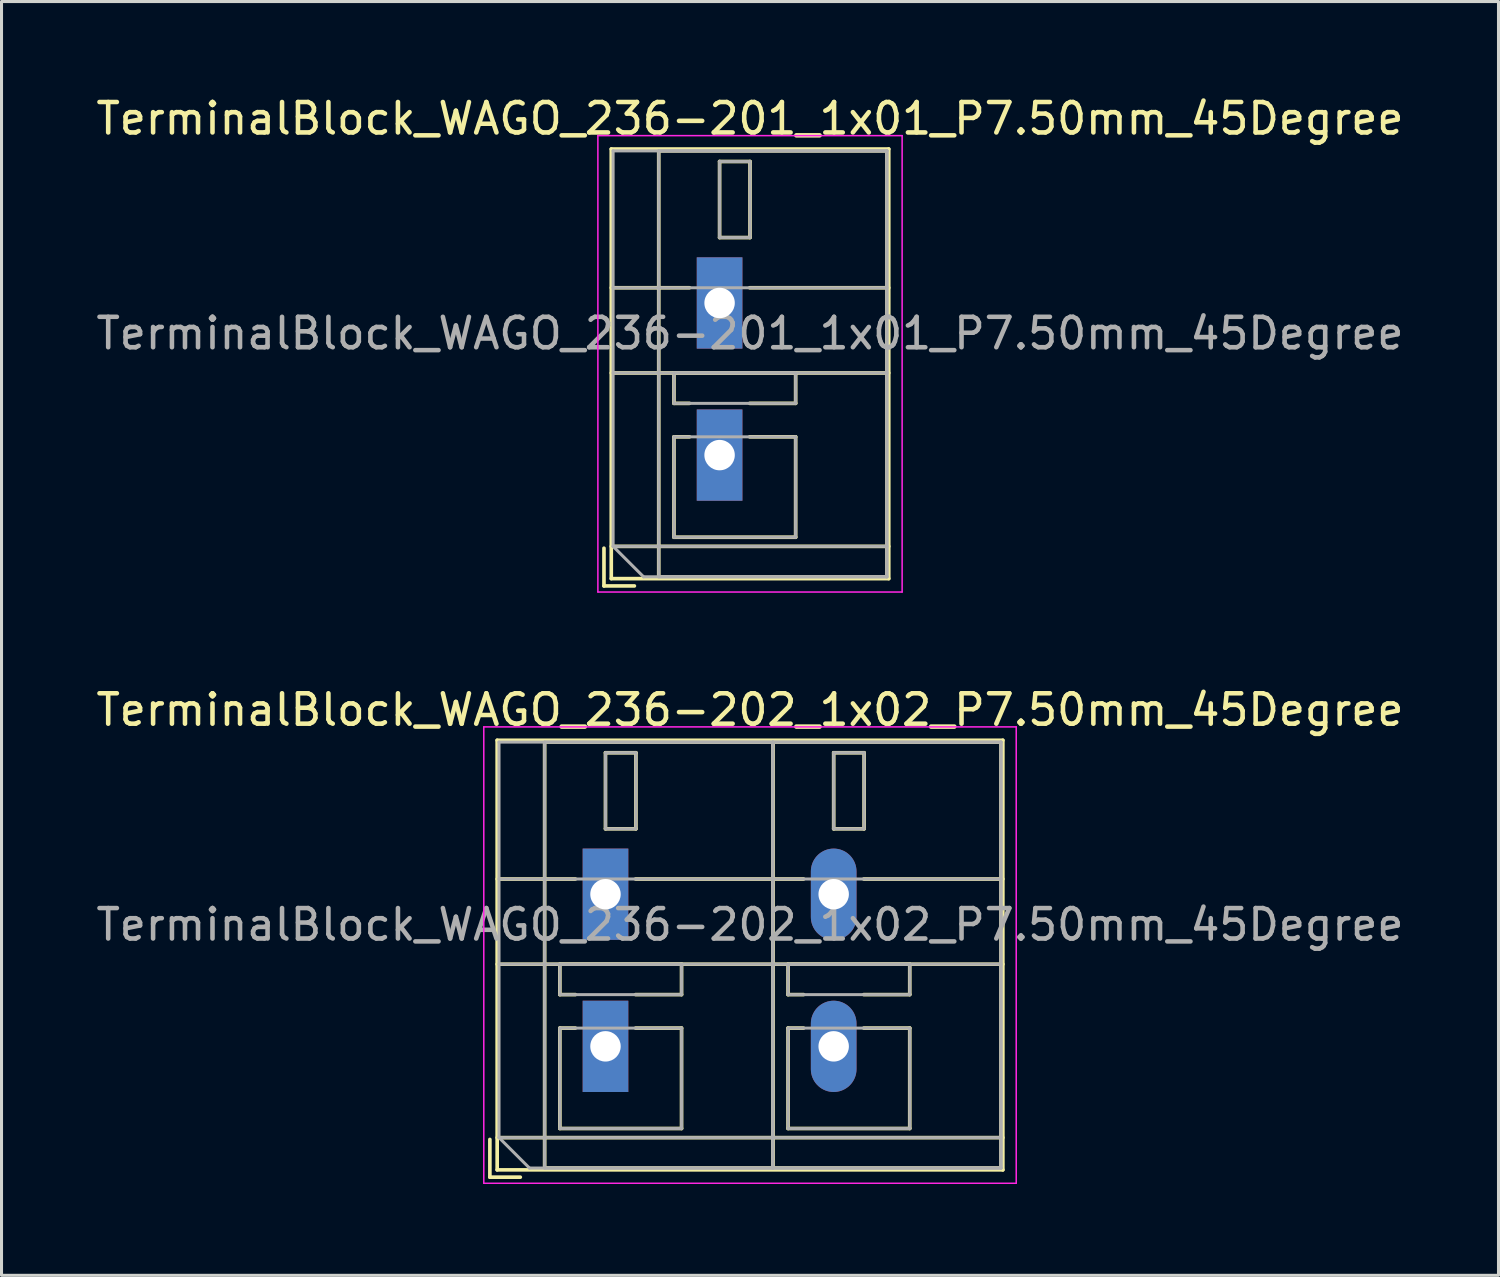
<source format=kicad_pcb>
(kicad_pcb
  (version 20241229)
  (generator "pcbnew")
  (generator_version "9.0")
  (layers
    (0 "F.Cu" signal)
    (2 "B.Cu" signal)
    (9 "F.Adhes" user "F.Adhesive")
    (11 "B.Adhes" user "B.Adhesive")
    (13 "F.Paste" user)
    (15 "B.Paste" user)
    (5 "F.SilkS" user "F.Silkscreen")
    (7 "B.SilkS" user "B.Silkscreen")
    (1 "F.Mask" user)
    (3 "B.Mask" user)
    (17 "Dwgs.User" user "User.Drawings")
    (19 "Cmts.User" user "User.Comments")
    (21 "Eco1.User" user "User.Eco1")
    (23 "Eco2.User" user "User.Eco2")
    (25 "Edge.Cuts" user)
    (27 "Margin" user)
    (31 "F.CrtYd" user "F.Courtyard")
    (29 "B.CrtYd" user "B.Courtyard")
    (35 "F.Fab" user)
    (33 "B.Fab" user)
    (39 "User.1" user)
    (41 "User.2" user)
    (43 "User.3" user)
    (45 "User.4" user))
  (footprint "TerminalBlock_WAGO_236-201_1x01_P7.50mm_45Degree"
    (layer "F.Cu")
    (at 20.601 11.908)
    (property "Reference" "TerminalBlock_WAGO_236-201_1x01_P7.50mm_45Degree" (at 1 -11.06 0) (layer "F.SilkS") (effects (font (size 1 1) (thickness 0.15))))
    (attr through_hole)
    (fp_line (start -3.8 3.06) (end -3.8 4.3) (stroke (width 0.12) (type solid)) (layer "F.SilkS"))
    (fp_line (start -3.8 4.3) (end -2.8 4.3) (stroke (width 0.12) (type solid)) (layer "F.SilkS"))
    (fp_line (start -3.56 -10.06) (end -3.56 4.06) (stroke (width 0.12) (type solid)) (layer "F.SilkS"))
    (fp_line (start -3.56 -10.06) (end 5.56 -10.06) (stroke (width 0.12) (type solid)) (layer "F.SilkS"))
    (fp_line (start -3.56 -5.5) (end -0.99 -5.5) (stroke (width 0.12) (type solid)) (layer "F.SilkS"))
    (fp_line (start -3.56 -2.7) (end 5.56 -2.7) (stroke (width 0.12) (type solid)) (layer "F.SilkS"))
    (fp_line (start -3.56 3) (end 5.56 3) (stroke (width 0.12) (type solid)) (layer "F.SilkS"))
    (fp_line (start -3.56 4.06) (end 5.56 4.06) (stroke (width 0.12) (type solid)) (layer "F.SilkS"))
    (fp_line (start -2 -10) (end -2 4) (stroke (width 0.12) (type solid)) (layer "F.SilkS"))
    (fp_line (start -2 -10) (end 5.5 -10) (stroke (width 0.12) (type solid)) (layer "F.SilkS"))
    (fp_line (start -2 4) (end 5.5 4) (stroke (width 0.12) (type solid)) (layer "F.SilkS"))
    (fp_line (start -1.5 -2.7) (end -1.5 -1.701) (stroke (width 0.12) (type solid)) (layer "F.SilkS"))
    (fp_line (start -1.5 -2.7) (end 2.5 -2.7) (stroke (width 0.12) (type solid)) (layer "F.SilkS"))
    (fp_line (start -1.5 -1.701) (end -0.99 -1.701) (stroke (width 0.12) (type solid)) (layer "F.SilkS"))
    (fp_line (start -1.5 -0.6) (end -1.5 2.7) (stroke (width 0.12) (type solid)) (layer "F.SilkS"))
    (fp_line (start -1.5 -0.6) (end -0.99 -0.6) (stroke (width 0.12) (type solid)) (layer "F.SilkS"))
    (fp_line (start -1.5 2.7) (end 2.5 2.7) (stroke (width 0.12) (type solid)) (layer "F.SilkS"))
    (fp_line (start 0 -9.65) (end 0 -7.15) (stroke (width 0.12) (type solid)) (layer "F.SilkS"))
    (fp_line (start 0 -9.65) (end 1 -9.65) (stroke (width 0.12) (type solid)) (layer "F.SilkS"))
    (fp_line (start 0 -7.15) (end 1 -7.15) (stroke (width 0.12) (type solid)) (layer "F.SilkS"))
    (fp_line (start 0.99 -5.5) (end 5.56 -5.5) (stroke (width 0.12) (type solid)) (layer "F.SilkS"))
    (fp_line (start 0.99 -1.701) (end 2.5 -1.701) (stroke (width 0.12) (type solid)) (layer "F.SilkS"))
    (fp_line (start 0.99 -0.6) (end 2.5 -0.6) (stroke (width 0.12) (type solid)) (layer "F.SilkS"))
    (fp_line (start 1 -9.65) (end 1 -7.15) (stroke (width 0.12) (type solid)) (layer "F.SilkS"))
    (fp_line (start 2.5 -2.7) (end 2.5 -1.701) (stroke (width 0.12) (type solid)) (layer "F.SilkS"))
    (fp_line (start 2.5 -0.6) (end 2.5 2.7) (stroke (width 0.12) (type solid)) (layer "F.SilkS"))
    (fp_line (start 5.5 -10) (end 5.5 4) (stroke (width 0.12) (type solid)) (layer "F.SilkS"))
    (fp_line (start 5.56 -10.06) (end 5.56 4.06) (stroke (width 0.12) (type solid)) (layer "F.SilkS"))
    (fp_line (start -4 -10.5) (end -4 4.5) (stroke (width 0.05) (type solid)) (layer "F.CrtYd"))
    (fp_line (start -4 4.5) (end 6 4.5) (stroke (width 0.05) (type solid)) (layer "F.CrtYd"))
    (fp_line (start 6 -10.5) (end -4 -10.5) (stroke (width 0.05) (type solid)) (layer "F.CrtYd"))
    (fp_line (start 6 4.5) (end 6 -10.5) (stroke (width 0.05) (type solid)) (layer "F.CrtYd"))
    (fp_line (start -3.5 -10) (end 5.5 -10) (stroke (width 0.1) (type solid)) (layer "F.Fab"))
    (fp_line (start -3.5 -5.5) (end 5.5 -5.5) (stroke (width 0.1) (type solid)) (layer "F.Fab"))
    (fp_line (start -3.5 -2.7) (end 5.5 -2.7) (stroke (width 0.1) (type solid)) (layer "F.Fab"))
    (fp_line (start -3.5 3) (end -3.5 -10) (stroke (width 0.1) (type solid)) (layer "F.Fab"))
    (fp_line (start -3.5 3) (end 5.5 3) (stroke (width 0.1) (type solid)) (layer "F.Fab"))
    (fp_line (start -2.5 4) (end -3.5 3) (stroke (width 0.1) (type solid)) (layer "F.Fab"))
    (fp_line (start -2 -10) (end -2 4) (stroke (width 0.1) (type solid)) (layer "F.Fab"))
    (fp_line (start -2 4) (end 5.5 4) (stroke (width 0.1) (type solid)) (layer "F.Fab"))
    (fp_line (start -1.5 -2.7) (end -1.5 -1.7) (stroke (width 0.1) (type solid)) (layer "F.Fab"))
    (fp_line (start -1.5 -1.7) (end 2.5 -1.7) (stroke (width 0.1) (type solid)) (layer "F.Fab"))
    (fp_line (start -1.5 -0.6) (end -1.5 2.7) (stroke (width 0.1) (type solid)) (layer "F.Fab"))
    (fp_line (start -1.5 2.7) (end 2.5 2.7) (stroke (width 0.1) (type solid)) (layer "F.Fab"))
    (fp_line (start 0 -9.65) (end 0 -7.15) (stroke (width 0.1) (type solid)) (layer "F.Fab"))
    (fp_line (start 0 -7.15) (end 1 -7.15) (stroke (width 0.1) (type solid)) (layer "F.Fab"))
    (fp_line (start 1 -9.65) (end 0 -9.65) (stroke (width 0.1) (type solid)) (layer "F.Fab"))
    (fp_line (start 1 -7.15) (end 1 -9.65) (stroke (width 0.1) (type solid)) (layer "F.Fab"))
    (fp_line (start 2.5 -2.7) (end -1.5 -2.7) (stroke (width 0.1) (type solid)) (layer "F.Fab"))
    (fp_line (start 2.5 -1.7) (end 2.5 -2.7) (stroke (width 0.1) (type solid)) (layer "F.Fab"))
    (fp_line (start 2.5 -0.6) (end -1.5 -0.6) (stroke (width 0.1) (type solid)) (layer "F.Fab"))
    (fp_line (start 2.5 2.7) (end 2.5 -0.6) (stroke (width 0.1) (type solid)) (layer "F.Fab"))
    (fp_line (start 5.5 -10) (end -2 -10) (stroke (width 0.1) (type solid)) (layer "F.Fab"))
    (fp_line (start 5.5 -10) (end 5.5 4) (stroke (width 0.1) (type solid)) (layer "F.Fab"))
    (fp_line (start 5.5 4) (end -2.5 4) (stroke (width 0.1) (type solid)) (layer "F.Fab"))
    (fp_line (start 5.5 4) (end 5.5 -10) (stroke (width 0.1) (type solid)) (layer "F.Fab"))
    (fp_text user "${REFERENCE}" (at 1 -4 0) (layer "F.Fab") (effects (font (size 1 1) (thickness 0.15))))
    (pad "1" thru_hole rect (at 0 -5) (size 1.5 3) (drill 1) (layers "*.Cu" "*.Mask"))
    (pad "1" thru_hole rect (at 0 0) (size 1.5 3) (drill 1) (layers "*.Cu" "*.Mask")))
  (footprint "TerminalBlock_WAGO_236-202_1x02_P7.50mm_45Degree"
    (layer "F.Cu")
    (at 16.851 31.341)
    (property "Reference" "TerminalBlock_WAGO_236-202_1x02_P7.50mm_45Degree" (at 4.75 -11.06 0) (layer "F.SilkS") (effects (font (size 1 1) (thickness 0.15))))
    (attr through_hole)
    (fp_line (start -3.8 3.06) (end -3.8 4.3) (stroke (width 0.12) (type solid)) (layer "F.SilkS"))
    (fp_line (start -3.8 4.3) (end -2.8 4.3) (stroke (width 0.12) (type solid)) (layer "F.SilkS"))
    (fp_line (start -3.56 -10.06) (end -3.56 4.06) (stroke (width 0.12) (type solid)) (layer "F.SilkS"))
    (fp_line (start -3.56 -10.06) (end 13.06 -10.06) (stroke (width 0.12) (type solid)) (layer "F.SilkS"))
    (fp_line (start -3.56 -5.5) (end -0.99 -5.5) (stroke (width 0.12) (type solid)) (layer "F.SilkS"))
    (fp_line (start -3.56 -2.7) (end 13.06 -2.7) (stroke (width 0.12) (type solid)) (layer "F.SilkS"))
    (fp_line (start -3.56 3) (end 13.06 3) (stroke (width 0.12) (type solid)) (layer "F.SilkS"))
    (fp_line (start -3.56 4.06) (end 13.06 4.06) (stroke (width 0.12) (type solid)) (layer "F.SilkS"))
    (fp_line (start -2 -10) (end -2 4) (stroke (width 0.12) (type solid)) (layer "F.SilkS"))
    (fp_line (start -2 -10) (end 5.5 -10) (stroke (width 0.12) (type solid)) (layer "F.SilkS"))
    (fp_line (start -2 4) (end 5.5 4) (stroke (width 0.12) (type solid)) (layer "F.SilkS"))
    (fp_line (start -1.5 -2.7) (end -1.5 -1.701) (stroke (width 0.12) (type solid)) (layer "F.SilkS"))
    (fp_line (start -1.5 -2.7) (end 2.5 -2.7) (stroke (width 0.12) (type solid)) (layer "F.SilkS"))
    (fp_line (start -1.5 -1.701) (end -0.99 -1.701) (stroke (width 0.12) (type solid)) (layer "F.SilkS"))
    (fp_line (start -1.5 -0.6) (end -1.5 2.7) (stroke (width 0.12) (type solid)) (layer "F.SilkS"))
    (fp_line (start -1.5 -0.6) (end -0.99 -0.6) (stroke (width 0.12) (type solid)) (layer "F.SilkS"))
    (fp_line (start -1.5 2.7) (end 2.5 2.7) (stroke (width 0.12) (type solid)) (layer "F.SilkS"))
    (fp_line (start 0 -9.65) (end 0 -7.15) (stroke (width 0.12) (type solid)) (layer "F.SilkS"))
    (fp_line (start 0 -9.65) (end 1 -9.65) (stroke (width 0.12) (type solid)) (layer "F.SilkS"))
    (fp_line (start 0 -7.15) (end 1 -7.15) (stroke (width 0.12) (type solid)) (layer "F.SilkS"))
    (fp_line (start 0.99 -5.5) (end 6.51 -5.5) (stroke (width 0.12) (type solid)) (layer "F.SilkS"))
    (fp_line (start 0.99 -1.701) (end 2.5 -1.701) (stroke (width 0.12) (type solid)) (layer "F.SilkS"))
    (fp_line (start 0.99 -0.6) (end 2.5 -0.6) (stroke (width 0.12) (type solid)) (layer "F.SilkS"))
    (fp_line (start 1 -9.65) (end 1 -7.15) (stroke (width 0.12) (type solid)) (layer "F.SilkS"))
    (fp_line (start 2.5 -2.7) (end 2.5 -1.701) (stroke (width 0.12) (type solid)) (layer "F.SilkS"))
    (fp_line (start 2.5 -0.6) (end 2.5 2.7) (stroke (width 0.12) (type solid)) (layer "F.SilkS"))
    (fp_line (start 5.5 -10) (end 5.5 4) (stroke (width 0.12) (type solid)) (layer "F.SilkS"))
    (fp_line (start 5.5 -10) (end 5.5 4) (stroke (width 0.12) (type solid)) (layer "F.SilkS"))
    (fp_line (start 5.5 -10) (end 13 -10) (stroke (width 0.12) (type solid)) (layer "F.SilkS"))
    (fp_line (start 5.5 4) (end 13 4) (stroke (width 0.12) (type solid)) (layer "F.SilkS"))
    (fp_line (start 6 -2.7) (end 6 -1.701) (stroke (width 0.12) (type solid)) (layer "F.SilkS"))
    (fp_line (start 6 -2.7) (end 10 -2.7) (stroke (width 0.12) (type solid)) (layer "F.SilkS"))
    (fp_line (start 6 -1.701) (end 6.51 -1.701) (stroke (width 0.12) (type solid)) (layer "F.SilkS"))
    (fp_line (start 6 -0.6) (end 6 2.7) (stroke (width 0.12) (type solid)) (layer "F.SilkS"))
    (fp_line (start 6 -0.6) (end 6.51 -0.6) (stroke (width 0.12) (type solid)) (layer "F.SilkS"))
    (fp_line (start 6 2.7) (end 10 2.7) (stroke (width 0.12) (type solid)) (layer "F.SilkS"))
    (fp_line (start 7.5 -9.65) (end 7.5 -7.15) (stroke (width 0.12) (type solid)) (layer "F.SilkS"))
    (fp_line (start 7.5 -9.65) (end 8.5 -9.65) (stroke (width 0.12) (type solid)) (layer "F.SilkS"))
    (fp_line (start 7.5 -7.15) (end 8.5 -7.15) (stroke (width 0.12) (type solid)) (layer "F.SilkS"))
    (fp_line (start 8.49 -5.5) (end 13.06 -5.5) (stroke (width 0.12) (type solid)) (layer "F.SilkS"))
    (fp_line (start 8.49 -1.701) (end 10 -1.701) (stroke (width 0.12) (type solid)) (layer "F.SilkS"))
    (fp_line (start 8.49 -0.6) (end 10 -0.6) (stroke (width 0.12) (type solid)) (layer "F.SilkS"))
    (fp_line (start 8.5 -9.65) (end 8.5 -7.15) (stroke (width 0.12) (type solid)) (layer "F.SilkS"))
    (fp_line (start 10 -2.7) (end 10 -1.701) (stroke (width 0.12) (type solid)) (layer "F.SilkS"))
    (fp_line (start 10 -0.6) (end 10 2.7) (stroke (width 0.12) (type solid)) (layer "F.SilkS"))
    (fp_line (start 13 -10) (end 13 4) (stroke (width 0.12) (type solid)) (layer "F.SilkS"))
    (fp_line (start 13.06 -10.06) (end 13.06 4.06) (stroke (width 0.12) (type solid)) (layer "F.SilkS"))
    (fp_line (start -4 -10.5) (end -4 4.5) (stroke (width 0.05) (type solid)) (layer "F.CrtYd"))
    (fp_line (start -4 4.5) (end 13.5 4.5) (stroke (width 0.05) (type solid)) (layer "F.CrtYd"))
    (fp_line (start 13.5 -10.5) (end -4 -10.5) (stroke (width 0.05) (type solid)) (layer "F.CrtYd"))
    (fp_line (start 13.5 4.5) (end 13.5 -10.5) (stroke (width 0.05) (type solid)) (layer "F.CrtYd"))
    (fp_line (start -3.5 -10) (end 13 -10) (stroke (width 0.1) (type solid)) (layer "F.Fab"))
    (fp_line (start -3.5 -5.5) (end 13 -5.5) (stroke (width 0.1) (type solid)) (layer "F.Fab"))
    (fp_line (start -3.5 -2.7) (end 13 -2.7) (stroke (width 0.1) (type solid)) (layer "F.Fab"))
    (fp_line (start -3.5 3) (end -3.5 -10) (stroke (width 0.1) (type solid)) (layer "F.Fab"))
    (fp_line (start -3.5 3) (end 13 3) (stroke (width 0.1) (type solid)) (layer "F.Fab"))
    (fp_line (start -2.5 4) (end -3.5 3) (stroke (width 0.1) (type solid)) (layer "F.Fab"))
    (fp_line (start -2 -10) (end -2 4) (stroke (width 0.1) (type solid)) (layer "F.Fab"))
    (fp_line (start -2 4) (end 5.5 4) (stroke (width 0.1) (type solid)) (layer "F.Fab"))
    (fp_line (start -1.5 -2.7) (end -1.5 -1.7) (stroke (width 0.1) (type solid)) (layer "F.Fab"))
    (fp_line (start -1.5 -1.7) (end 2.5 -1.7) (stroke (width 0.1) (type solid)) (layer "F.Fab"))
    (fp_line (start -1.5 -0.6) (end -1.5 2.7) (stroke (width 0.1) (type solid)) (layer "F.Fab"))
    (fp_line (start -1.5 2.7) (end 2.5 2.7) (stroke (width 0.1) (type solid)) (layer "F.Fab"))
    (fp_line (start 0 -9.65) (end 0 -7.15) (stroke (width 0.1) (type solid)) (layer "F.Fab"))
    (fp_line (start 0 -7.15) (end 1 -7.15) (stroke (width 0.1) (type solid)) (layer "F.Fab"))
    (fp_line (start 1 -9.65) (end 0 -9.65) (stroke (width 0.1) (type solid)) (layer "F.Fab"))
    (fp_line (start 1 -7.15) (end 1 -9.65) (stroke (width 0.1) (type solid)) (layer "F.Fab"))
    (fp_line (start 2.5 -2.7) (end -1.5 -2.7) (stroke (width 0.1) (type solid)) (layer "F.Fab"))
    (fp_line (start 2.5 -1.7) (end 2.5 -2.7) (stroke (width 0.1) (type solid)) (layer "F.Fab"))
    (fp_line (start 2.5 -0.6) (end -1.5 -0.6) (stroke (width 0.1) (type solid)) (layer "F.Fab"))
    (fp_line (start 2.5 2.7) (end 2.5 -0.6) (stroke (width 0.1) (type solid)) (layer "F.Fab"))
    (fp_line (start 5.5 -10) (end -2 -10) (stroke (width 0.1) (type solid)) (layer "F.Fab"))
    (fp_line (start 5.5 -10) (end 5.5 4) (stroke (width 0.1) (type solid)) (layer "F.Fab"))
    (fp_line (start 5.5 4) (end 5.5 -10) (stroke (width 0.1) (type solid)) (layer "F.Fab"))
    (fp_line (start 5.5 4) (end 13 4) (stroke (width 0.1) (type solid)) (layer "F.Fab"))
    (fp_line (start 6 -2.7) (end 6 -1.7) (stroke (width 0.1) (type solid)) (layer "F.Fab"))
    (fp_line (start 6 -1.7) (end 10 -1.7) (stroke (width 0.1) (type solid)) (layer "F.Fab"))
    (fp_line (start 6 -0.6) (end 6 2.7) (stroke (width 0.1) (type solid)) (layer "F.Fab"))
    (fp_line (start 6 2.7) (end 10 2.7) (stroke (width 0.1) (type solid)) (layer "F.Fab"))
    (fp_line (start 7.5 -9.65) (end 7.5 -7.15) (stroke (width 0.1) (type solid)) (layer "F.Fab"))
    (fp_line (start 7.5 -7.15) (end 8.5 -7.15) (stroke (width 0.1) (type solid)) (layer "F.Fab"))
    (fp_line (start 8.5 -9.65) (end 7.5 -9.65) (stroke (width 0.1) (type solid)) (layer "F.Fab"))
    (fp_line (start 8.5 -7.15) (end 8.5 -9.65) (stroke (width 0.1) (type solid)) (layer "F.Fab"))
    (fp_line (start 10 -2.7) (end 6 -2.7) (stroke (width 0.1) (type solid)) (layer "F.Fab"))
    (fp_line (start 10 -1.7) (end 10 -2.7) (stroke (width 0.1) (type solid)) (layer "F.Fab"))
    (fp_line (start 10 -0.6) (end 6 -0.6) (stroke (width 0.1) (type solid)) (layer "F.Fab"))
    (fp_line (start 10 2.7) (end 10 -0.6) (stroke (width 0.1) (type solid)) (layer "F.Fab"))
    (fp_line (start 13 -10) (end 5.5 -10) (stroke (width 0.1) (type solid)) (layer "F.Fab"))
    (fp_line (start 13 -10) (end 13 4) (stroke (width 0.1) (type solid)) (layer "F.Fab"))
    (fp_line (start 13 4) (end -2.5 4) (stroke (width 0.1) (type solid)) (layer "F.Fab"))
    (fp_line (start 13 4) (end 13 -10) (stroke (width 0.1) (type solid)) (layer "F.Fab"))
    (fp_text user "${REFERENCE}" (at 4.75 -4 0) (layer "F.Fab") (effects (font (size 1 1) (thickness 0.15))))
    (pad "1" thru_hole rect (at 0 -5) (size 1.5 3) (drill 1) (layers "*.Cu" "*.Mask"))
    (pad "1" thru_hole rect (at 0 0) (size 1.5 3) (drill 1) (layers "*.Cu" "*.Mask"))
    (pad "2" thru_hole oval (at 7.5 -5) (size 1.5 3) (drill 1) (layers "*.Cu" "*.Mask"))
    (pad "2" thru_hole oval (at 7.5 0) (size 1.5 3) (drill 1) (layers "*.Cu" "*.Mask")))
  (gr_rect
    (start -3 -3)
    (end 46.202 38.867)
    (stroke (width 0.1) (type default))
    (fill no)
    (layer "Edge.Cuts")))
</source>
